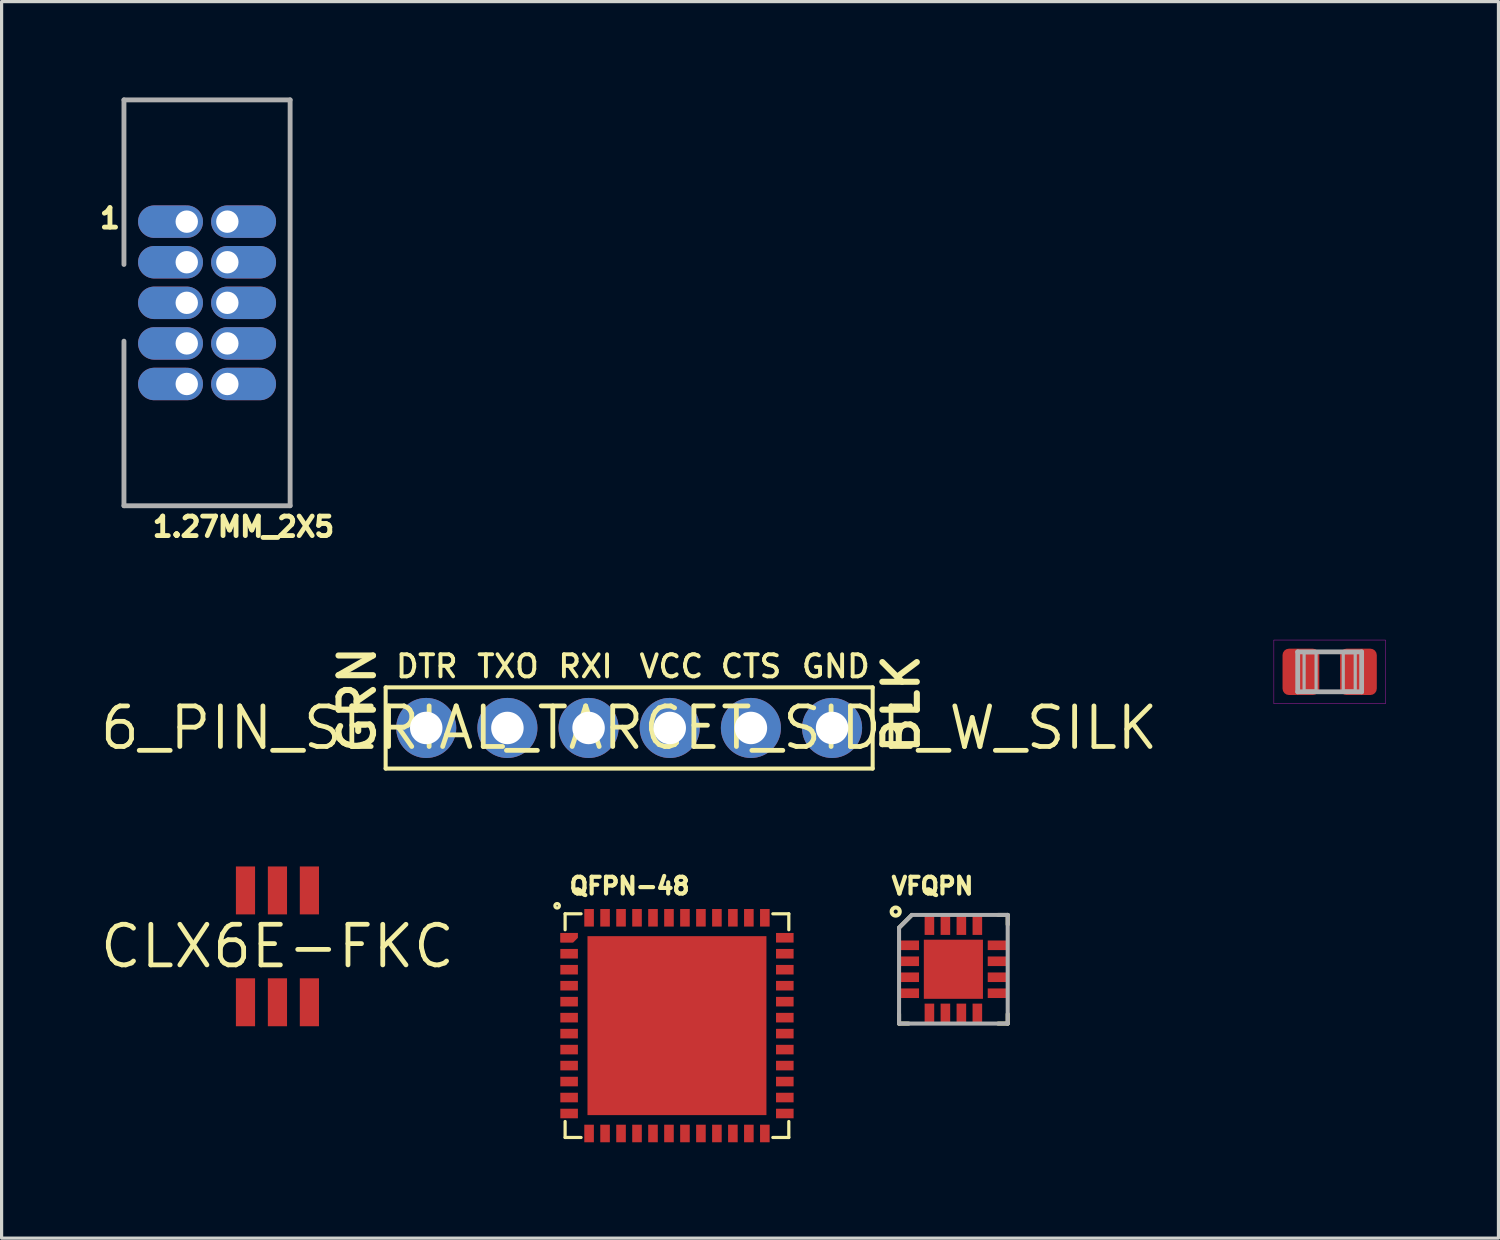
<source format=kicad_pcb>
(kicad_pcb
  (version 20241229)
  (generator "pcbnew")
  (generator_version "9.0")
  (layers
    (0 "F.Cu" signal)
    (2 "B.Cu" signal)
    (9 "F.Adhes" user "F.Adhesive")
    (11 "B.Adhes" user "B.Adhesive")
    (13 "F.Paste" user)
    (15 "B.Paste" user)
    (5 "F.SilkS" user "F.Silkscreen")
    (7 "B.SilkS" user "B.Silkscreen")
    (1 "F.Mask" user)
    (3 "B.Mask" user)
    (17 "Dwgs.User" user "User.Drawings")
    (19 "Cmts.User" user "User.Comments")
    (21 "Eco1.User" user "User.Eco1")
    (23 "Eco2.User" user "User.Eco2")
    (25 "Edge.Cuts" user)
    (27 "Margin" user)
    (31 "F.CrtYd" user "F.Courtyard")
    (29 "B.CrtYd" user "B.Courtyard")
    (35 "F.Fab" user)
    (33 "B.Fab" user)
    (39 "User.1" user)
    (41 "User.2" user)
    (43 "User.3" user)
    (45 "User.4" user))
  (footprint ".0805-B-NOSILK"
    (layer "F.Cu")
    (at 38.559 17.974)
    (property "Reference" ".0805-B-NOSILK" (at 0 0 0) (layer "F.Mask") (effects (font (size 0.34 0.34) (thickness 0.06))))
    (fp_line (start -1 -0.625) (end 1 -0.625) (stroke (width 0.15) (type solid)) (layer "F.Mask"))
    (fp_line (start -1 0.625) (end -1 -0.625) (stroke (width 0.15) (type solid)) (layer "F.Mask"))
    (fp_line (start 1 -0.625) (end 1 0.625) (stroke (width 0.15) (type solid)) (layer "F.Mask"))
    (fp_line (start 1 0.625) (end -1 0.625) (stroke (width 0.15) (type solid)) (layer "F.Mask"))
    (fp_poly (pts (xy -0.26 0.79) (xy -1.54 0.79) (xy -1.54 -0.79) (xy -0.26 -0.79)) (stroke (width 0) (type solid)) (fill yes) (layer "F.Mask"))
    (fp_poly (pts (xy 1.54 0.79) (xy 0.26 0.79) (xy 0.26 -0.79) (xy 1.54 -0.79)) (stroke (width 0) (type solid)) (fill yes) (layer "F.Mask"))
    (fp_line (start -1.745 -0.995) (end -1.745 0.995) (stroke (width 0.01) (type solid)) (layer "F.CrtYd"))
    (fp_line (start -1.745 0.995) (end 1.745 0.995) (stroke (width 0.01) (type solid)) (layer "F.CrtYd"))
    (fp_line (start 1.745 -0.995) (end -1.745 -0.995) (stroke (width 0.01) (type solid)) (layer "F.CrtYd"))
    (fp_line (start 1.745 0.995) (end 1.745 -0.995) (stroke (width 0.01) (type solid)) (layer "F.CrtYd"))
    (fp_line (start -1 -0.625) (end 1 -0.625) (stroke (width 0.15) (type solid)) (layer "F.Fab"))
    (fp_line (start -1 0.625) (end -1 -0.625) (stroke (width 0.15) (type solid)) (layer "F.Fab"))
    (fp_line (start 1 -0.625) (end 1 0.625) (stroke (width 0.15) (type solid)) (layer "F.Fab"))
    (fp_line (start 1 0.625) (end -1 0.625) (stroke (width 0.15) (type solid)) (layer "F.Fab"))
    (fp_poly (pts (xy -0.8 0.6) (xy -0.425 0.6) (xy -0.425 -0.6) (xy -0.8 -0.6)) (stroke (width 0.1) (type solid)) (fill no) (layer "F.Fab"))
    (fp_poly (pts (xy 0.425 0.6) (xy 0.8 0.6) (xy 0.8 -0.6) (xy 0.425 -0.6)) (stroke (width 0.1) (type solid)) (fill no) (layer "F.Fab"))
    (pad "1" smd roundrect (at -0.9 0) (size 1.15 1.45) (layers "F.Cu" "F.Paste") (roundrect_rratio 0.175))
    (pad "2" smd roundrect (at 0.9 0) (size 1.15 1.45) (layers "F.Cu" "F.Paste") (roundrect_rratio 0.175)))
  (footprint "6_PIN_SERIAL_TARGET_SIDE_W_SILK"
    (layer "F.Cu")
    (at 16.638 19.73)
    (property "Reference" "6_PIN_SERIAL_TARGET_SIDE_W_SILK" (at 0 0 0) (layer "F.SilkS") (effects (font (size 1.27 1.27) (thickness 0.15))))
    (fp_line (start -7.62 -1.27) (end 7.62 -1.27) (stroke (width 0.127) (type solid)) (layer "F.SilkS"))
    (fp_line (start -7.62 1.27) (end -7.62 -1.27) (stroke (width 0.127) (type solid)) (layer "F.SilkS"))
    (fp_line (start 7.62 -1.27) (end 7.62 1.27) (stroke (width 0.127) (type solid)) (layer "F.SilkS"))
    (fp_line (start 7.62 1.27) (end -7.62 1.27) (stroke (width 0.127) (type solid)) (layer "F.SilkS"))
    (fp_text user "DTR" (at -7.366 -1.524 0) (layer "F.SilkS") (effects (font (size 0.691 0.691) (thickness 0.122)) (justify left bottom)))
    (fp_text user "GND" (at 5.334 -1.524 0) (layer "F.SilkS") (effects (font (size 0.691 0.691) (thickness 0.122)) (justify left bottom)))
    (fp_text user "TXO" (at -4.826 -1.524 0) (layer "F.SilkS") (effects (font (size 0.691 0.691) (thickness 0.122)) (justify left bottom)))
    (fp_text user "BLK" (at 9.144 0.889 90) (layer "F.SilkS") (effects (font (size 1.079 1.079) (thickness 0.191)) (justify left bottom)))
    (fp_text user "CTS" (at 2.794 -1.524 0) (layer "F.SilkS") (effects (font (size 0.691 0.691) (thickness 0.122)) (justify left bottom)))
    (fp_text user "VCC" (at 0.254 -1.524 0) (layer "F.SilkS") (effects (font (size 0.691 0.691) (thickness 0.122)) (justify left bottom)))
    (fp_text user "RXI" (at -2.286 -1.524 0) (layer "F.SilkS") (effects (font (size 0.691 0.691) (thickness 0.122)) (justify left bottom)))
    (fp_text user "GRN" (at -7.874 0.889 90) (layer "F.SilkS") (effects (font (size 1.079 1.079) (thickness 0.191)) (justify left bottom)))
    (pad "P$1" thru_hole circle (at -6.35 0) (size 1.88 1.88) (drill 1.016) (layers "*.Cu" "*.Mask"))
    (pad "P$2" thru_hole circle (at -3.81 0) (size 1.88 1.88) (drill 1.016) (layers "*.Cu" "*.Mask"))
    (pad "P$3" thru_hole circle (at -1.27 0) (size 1.88 1.88) (drill 1.016) (layers "*.Cu" "*.Mask"))
    (pad "P$4" thru_hole circle (at 1.27 0) (size 1.88 1.88) (drill 1.016) (layers "*.Cu" "*.Mask"))
    (pad "P$5" thru_hole circle (at 3.81 0) (size 1.88 1.88) (drill 1.016) (layers "*.Cu" "*.Mask"))
    (pad "P$6" thru_hole circle (at 6.35 0) (size 1.88 1.88) (drill 1.016) (layers "*.Cu" "*.Mask")))
  (footprint "VFQPN"
    (layer "F.Cu")
    (at 26.784 27.281)
    (property "Reference" "VFQPN" (at -2 -2.3 0) (layer "F.SilkS") (effects (font (size 0.524 0.524) (thickness 0.131)) (justify left bottom)))
    (fp_line (start -1.7 -1.3) (end -1.3 -1.7) (stroke (width 0.127) (type solid)) (layer "F.SilkS"))
    (fp_line (start -1.7 1.7) (end -1.7 1.4) (stroke (width 0.127) (type solid)) (layer "F.SilkS"))
    (fp_line (start -1.7 1.7) (end -1.4 1.7) (stroke (width 0.127) (type solid)) (layer "F.SilkS"))
    (fp_line (start 1.4 -1.7) (end 1.7 -1.7) (stroke (width 0.127) (type solid)) (layer "F.SilkS"))
    (fp_line (start 1.7 -1.7) (end 1.7 -1.4) (stroke (width 0.127) (type solid)) (layer "F.SilkS"))
    (fp_line (start 1.7 1.7) (end 1.4 1.7) (stroke (width 0.127) (type solid)) (layer "F.SilkS"))
    (fp_line (start 1.7 1.7) (end 1.7 1.4) (stroke (width 0.127) (type solid)) (layer "F.SilkS"))
    (fp_circle (center -1.805 -1.805) (end -1.678 -1.805) (stroke (width 0.127) (type solid)) (fill no) (layer "F.SilkS"))
    (fp_poly (pts (xy -0.8 -0.2) (xy -0.2 -0.2) (xy -0.2 -0.8) (xy -0.8 -0.8)) (stroke (width 0) (type solid)) (fill yes) (layer "F.Paste"))
    (fp_poly (pts (xy -0.8 0.8) (xy -0.2 0.8) (xy -0.2 0.2) (xy -0.8 0.2)) (stroke (width 0) (type solid)) (fill yes) (layer "F.Paste"))
    (fp_poly (pts (xy 0.2 -0.2) (xy 0.8 -0.2) (xy 0.8 -0.8) (xy 0.2 -0.8)) (stroke (width 0) (type solid)) (fill yes) (layer "F.Paste"))
    (fp_poly (pts (xy 0.2 0.8) (xy 0.8 0.8) (xy 0.8 0.2) (xy 0.2 0.2)) (stroke (width 0) (type solid)) (fill yes) (layer "F.Paste"))
    (fp_line (start -1.7 -1.3) (end -1.3 -1.7) (stroke (width 0.127) (type solid)) (layer "F.Fab"))
    (fp_line (start -1.7 1.7) (end -1.7 -1.3) (stroke (width 0.127) (type solid)) (layer "F.Fab"))
    (fp_line (start -1.3 -1.7) (end 1.7 -1.7) (stroke (width 0.127) (type solid)) (layer "F.Fab"))
    (fp_line (start 1.7 -1.7) (end 1.7 1.7) (stroke (width 0.127) (type solid)) (layer "F.Fab"))
    (fp_line (start 1.7 1.7) (end -1.7 1.7) (stroke (width 0.127) (type solid)) (layer "F.Fab"))
    (pad "1" smd rect (at -1.39 -0.75 90) (size 0.3 0.63) (layers "F.Cu" "F.Mask" "F.Paste"))
    (pad "2" smd rect (at -1.39 -0.25 90) (size 0.3 0.63) (layers "F.Cu" "F.Mask" "F.Paste"))
    (pad "3" smd rect (at -1.39 0.25 90) (size 0.3 0.63) (layers "F.Cu" "F.Mask" "F.Paste"))
    (pad "4" smd rect (at -1.39 0.75 90) (size 0.3 0.63) (layers "F.Cu" "F.Mask" "F.Paste"))
    (pad "5" smd rect (at -0.75 1.39) (size 0.3 0.63) (layers "F.Cu" "F.Mask" "F.Paste"))
    (pad "6" smd rect (at -0.25 1.39) (size 0.3 0.63) (layers "F.Cu" "F.Mask" "F.Paste"))
    (pad "7" smd rect (at 0.25 1.39) (size 0.3 0.63) (layers "F.Cu" "F.Mask" "F.Paste"))
    (pad "8" smd rect (at 0.75 1.39) (size 0.3 0.63) (layers "F.Cu" "F.Mask" "F.Paste"))
    (pad "9" smd rect (at 1.39 0.75 270) (size 0.3 0.63) (layers "F.Cu" "F.Mask" "F.Paste"))
    (pad "10" smd rect (at 1.39 0.25 270) (size 0.3 0.63) (layers "F.Cu" "F.Mask" "F.Paste"))
    (pad "11" smd rect (at 1.39 -0.25 270) (size 0.3 0.63) (layers "F.Cu" "F.Mask" "F.Paste"))
    (pad "12" smd rect (at 1.39 -0.75 270) (size 0.3 0.63) (layers "F.Cu" "F.Mask" "F.Paste"))
    (pad "13" smd rect (at 0.75 -1.39 180) (size 0.3 0.63) (layers "F.Cu" "F.Mask" "F.Paste"))
    (pad "14" smd rect (at 0.25 -1.39 180) (size 0.3 0.63) (layers "F.Cu" "F.Mask" "F.Paste"))
    (pad "15" smd rect (at -0.25 -1.39 180) (size 0.3 0.63) (layers "F.Cu" "F.Mask" "F.Paste"))
    (pad "16" smd rect (at -0.75 -1.39 180) (size 0.3 0.63) (layers "F.Cu" "F.Mask" "F.Paste"))
    (pad "EPAD" smd rect (at 0 0) (size 1.85 1.85) (layers "F.Cu" "F.Mask")))
  (footprint "CLX6E-FKC"
    (layer "F.Cu")
    (at 5.632 26.564)
    (property "Reference" "CLX6E-FKC" (at 0 0 0) (layer "F.SilkS") (effects (font (size 1.27 1.27) (thickness 0.15))))
    (pad "P$1" smd rect (at -1 1.75 180) (size 0.6 1.5) (layers "F.Cu" "F.Mask" "F.Paste"))
    (pad "P$2" smd rect (at 0 1.75 180) (size 0.6 1.5) (layers "F.Cu" "F.Mask" "F.Paste"))
    (pad "P$3" smd rect (at 1 1.75 180) (size 0.6 1.5) (layers "F.Cu" "F.Mask" "F.Paste"))
    (pad "P$4" smd rect (at 1 -1.75 180) (size 0.6 1.5) (layers "F.Cu" "F.Mask" "F.Paste"))
    (pad "P$5" smd rect (at 0 -1.75 180) (size 0.6 1.5) (layers "F.Cu" "F.Mask" "F.Paste"))
    (pad "P$6" smd rect (at -1 -1.75 180) (size 0.6 1.5) (layers "F.Cu" "F.Mask" "F.Paste")))
  (footprint "QFPN-48"
    (layer "F.Cu")
    (at 18.134 29.045)
    (property "Reference" "QFPN-48" (at -3.429 -4.064 0) (layer "F.SilkS") (effects (font (size 0.524 0.524) (thickness 0.131)) (justify left bottom)))
    (fp_poly (pts (xy -3.1 -2.748) (xy -3.248 -2.6) (xy -3.65 -2.6) (xy -3.65 -2.9) (xy -3.1 -2.9)) (stroke (width 0) (type solid)) (fill yes) (layer "F.Cu"))
    (fp_poly (pts (xy -3 -2.709) (xy -3.209 -2.5) (xy -3.75 -2.5) (xy -3.75 -3) (xy -3 -3)) (stroke (width 0) (type solid)) (fill yes) (layer "F.Mask"))
    (fp_line (start -3.5 -3.5) (end -3.5 -3) (stroke (width 0.1) (type solid)) (layer "F.SilkS"))
    (fp_line (start -3.5 -3.5) (end -3 -3.5) (stroke (width 0.1) (type solid)) (layer "F.SilkS"))
    (fp_line (start -3.5 3.5) (end -3.5 3) (stroke (width 0.1) (type solid)) (layer "F.SilkS"))
    (fp_line (start -3.5 3.5) (end -3 3.5) (stroke (width 0.1) (type solid)) (layer "F.SilkS"))
    (fp_line (start 3.5 -3.5) (end 3 -3.5) (stroke (width 0.1) (type solid)) (layer "F.SilkS"))
    (fp_line (start 3.5 -3.5) (end 3.5 -3) (stroke (width 0.1) (type solid)) (layer "F.SilkS"))
    (fp_line (start 3.5 3.5) (end 3 3.5) (stroke (width 0.1) (type solid)) (layer "F.SilkS"))
    (fp_line (start 3.5 3.5) (end 3.5 3) (stroke (width 0.1) (type solid)) (layer "F.SilkS"))
    (fp_circle (center -3.75 -3.75) (end -3.679 -3.75) (stroke (width 0.1) (type solid)) (fill no) (layer "F.SilkS"))
    (fp_poly (pts (xy -2.4 -0.4) (xy -0.4 -0.4) (xy -0.4 -2.4) (xy -2.4 -2.4)) (stroke (width 0) (type solid)) (fill yes) (layer "F.Paste"))
    (fp_poly (pts (xy -2.4 2.4) (xy -0.4 2.4) (xy -0.4 0.4) (xy -2.4 0.4)) (stroke (width 0) (type solid)) (fill yes) (layer "F.Paste"))
    (fp_poly (pts (xy 0.4 -0.4) (xy 2.4 -0.4) (xy 2.4 -2.4) (xy 0.4 -2.4)) (stroke (width 0) (type solid)) (fill yes) (layer "F.Paste"))
    (fp_poly (pts (xy 0.4 2.4) (xy 2.4 2.4) (xy 2.4 0.4) (xy 0.4 0.4)) (stroke (width 0) (type solid)) (fill yes) (layer "F.Paste"))
    (fp_poly (pts (xy -3.1 -2.749) (xy -3.249 -2.6) (xy -3.65 -2.6) (xy -3.65 -2.9) (xy -3.1 -2.9)) (stroke (width 0) (type solid)) (fill yes) (layer "F.Paste"))
    (pad "1" smd rect (at -3.45 -2.75) (size 0.38 0.28) (layers "F.Cu"))
    (pad "2" smd rect (at -3.375 -2.25) (size 0.55 0.3) (layers "F.Cu" "F.Mask" "F.Paste"))
    (pad "3" smd rect (at -3.375 -1.75) (size 0.55 0.3) (layers "F.Cu" "F.Mask" "F.Paste"))
    (pad "4" smd rect (at -3.375 -1.25) (size 0.55 0.3) (layers "F.Cu" "F.Mask" "F.Paste"))
    (pad "5" smd rect (at -3.375 -0.75) (size 0.55 0.3) (layers "F.Cu" "F.Mask" "F.Paste"))
    (pad "6" smd rect (at -3.375 -0.25) (size 0.55 0.3) (layers "F.Cu" "F.Mask" "F.Paste"))
    (pad "7" smd rect (at -3.375 0.25) (size 0.55 0.3) (layers "F.Cu" "F.Mask" "F.Paste"))
    (pad "8" smd rect (at -3.375 0.75) (size 0.55 0.3) (layers "F.Cu" "F.Mask" "F.Paste"))
    (pad "9" smd rect (at -3.375 1.25) (size 0.55 0.3) (layers "F.Cu" "F.Mask" "F.Paste"))
    (pad "10" smd rect (at -3.375 1.75) (size 0.55 0.3) (layers "F.Cu" "F.Mask" "F.Paste"))
    (pad "11" smd rect (at -3.375 2.25) (size 0.55 0.3) (layers "F.Cu" "F.Mask" "F.Paste"))
    (pad "12" smd rect (at -3.375 2.75) (size 0.55 0.3) (layers "F.Cu" "F.Mask" "F.Paste"))
    (pad "13" smd rect (at -2.75 3.375 90) (size 0.55 0.3) (layers "F.Cu" "F.Mask" "F.Paste"))
    (pad "14" smd rect (at -2.25 3.375 90) (size 0.55 0.3) (layers "F.Cu" "F.Mask" "F.Paste"))
    (pad "15" smd rect (at -1.75 3.375 90) (size 0.55 0.3) (layers "F.Cu" "F.Mask" "F.Paste"))
    (pad "16" smd rect (at -1.25 3.375 90) (size 0.55 0.3) (layers "F.Cu" "F.Mask" "F.Paste"))
    (pad "17" smd rect (at -0.75 3.375 90) (size 0.55 0.3) (layers "F.Cu" "F.Mask" "F.Paste"))
    (pad "18" smd rect (at -0.25 3.375 90) (size 0.55 0.3) (layers "F.Cu" "F.Mask" "F.Paste"))
    (pad "19" smd rect (at 0.25 3.375 90) (size 0.55 0.3) (layers "F.Cu" "F.Mask" "F.Paste"))
    (pad "20" smd rect (at 0.75 3.375 90) (size 0.55 0.3) (layers "F.Cu" "F.Mask" "F.Paste"))
    (pad "21" smd rect (at 1.25 3.375 90) (size 0.55 0.3) (layers "F.Cu" "F.Mask" "F.Paste"))
    (pad "22" smd rect (at 1.75 3.375 90) (size 0.55 0.3) (layers "F.Cu" "F.Mask" "F.Paste"))
    (pad "23" smd rect (at 2.25 3.375 90) (size 0.55 0.3) (layers "F.Cu" "F.Mask" "F.Paste"))
    (pad "24" smd rect (at 2.75 3.375 90) (size 0.55 0.3) (layers "F.Cu" "F.Mask" "F.Paste"))
    (pad "25" smd rect (at 3.375 2.75 180) (size 0.55 0.3) (layers "F.Cu" "F.Mask" "F.Paste"))
    (pad "26" smd rect (at 3.375 2.25 180) (size 0.55 0.3) (layers "F.Cu" "F.Mask" "F.Paste"))
    (pad "27" smd rect (at 3.375 1.75 180) (size 0.55 0.3) (layers "F.Cu" "F.Mask" "F.Paste"))
    (pad "28" smd rect (at 3.375 1.25 180) (size 0.55 0.3) (layers "F.Cu" "F.Mask" "F.Paste"))
    (pad "29" smd rect (at 3.375 0.75 180) (size 0.55 0.3) (layers "F.Cu" "F.Mask" "F.Paste"))
    (pad "30" smd rect (at 3.375 0.25 180) (size 0.55 0.3) (layers "F.Cu" "F.Mask" "F.Paste"))
    (pad "31" smd rect (at 3.375 -0.25 180) (size 0.55 0.3) (layers "F.Cu" "F.Mask" "F.Paste"))
    (pad "32" smd rect (at 3.375 -0.75 180) (size 0.55 0.3) (layers "F.Cu" "F.Mask" "F.Paste"))
    (pad "33" smd rect (at 3.375 -1.25 180) (size 0.55 0.3) (layers "F.Cu" "F.Mask" "F.Paste"))
    (pad "34" smd rect (at 3.375 -1.75 180) (size 0.55 0.3) (layers "F.Cu" "F.Mask" "F.Paste"))
    (pad "35" smd rect (at 3.375 -2.25 180) (size 0.55 0.3) (layers "F.Cu" "F.Mask" "F.Paste"))
    (pad "36" smd rect (at 3.375 -2.75 180) (size 0.55 0.3) (layers "F.Cu" "F.Mask" "F.Paste"))
    (pad "37" smd rect (at 2.75 -3.375 270) (size 0.55 0.3) (layers "F.Cu" "F.Mask" "F.Paste"))
    (pad "38" smd rect (at 2.25 -3.375 270) (size 0.55 0.3) (layers "F.Cu" "F.Mask" "F.Paste"))
    (pad "39" smd rect (at 1.75 -3.375 270) (size 0.55 0.3) (layers "F.Cu" "F.Mask" "F.Paste"))
    (pad "40" smd rect (at 1.25 -3.375 270) (size 0.55 0.3) (layers "F.Cu" "F.Mask" "F.Paste"))
    (pad "41" smd rect (at 0.75 -3.375 270) (size 0.55 0.3) (layers "F.Cu" "F.Mask" "F.Paste"))
    (pad "42" smd rect (at 0.25 -3.375 270) (size 0.55 0.3) (layers "F.Cu" "F.Mask" "F.Paste"))
    (pad "43" smd rect (at -0.25 -3.375 270) (size 0.55 0.3) (layers "F.Cu" "F.Mask" "F.Paste"))
    (pad "44" smd rect (at -0.75 -3.375 270) (size 0.55 0.3) (layers "F.Cu" "F.Mask" "F.Paste"))
    (pad "45" smd rect (at -1.25 -3.375 270) (size 0.55 0.3) (layers "F.Cu" "F.Mask" "F.Paste"))
    (pad "46" smd rect (at -1.75 -3.375 270) (size 0.55 0.3) (layers "F.Cu" "F.Mask" "F.Paste"))
    (pad "47" smd rect (at -2.25 -3.375 270) (size 0.55 0.3) (layers "F.Cu" "F.Mask" "F.Paste"))
    (pad "48" smd rect (at -2.75 -3.375 270) (size 0.55 0.3) (layers "F.Cu" "F.Mask" "F.Paste"))
    (pad "EPAD" smd rect (at 0 0) (size 5.6 5.6) (layers "F.Cu" "F.Mask")))
  (footprint "1.27MM_2X5"
    (layer "F.Cu")
    (at 3.429 6.426)
    (property "Reference" "1.27MM_2X5" (at -1.778 7.366 0) (layer "F.SilkS") (effects (font (size 0.61 0.61) (thickness 0.152)) (justify left bottom)))
    (fp_line (start -2.6 -6.35) (end 2.6 -6.35) (stroke (width 0.152) (type solid)) (layer "F.Fab"))
    (fp_line (start -2.6 -1.2) (end -2.6 -6.35) (stroke (width 0.152) (type solid)) (layer "F.Fab"))
    (fp_line (start -2.6 6.35) (end -2.6 1.2) (stroke (width 0.152) (type solid)) (layer "F.Fab"))
    (fp_line (start 2.6 6.35) (end -2.6 6.35) (stroke (width 0.152) (type solid)) (layer "F.Fab"))
    (fp_line (start 2.6 6.35) (end 2.6 -6.35) (stroke (width 0.152) (type solid)) (layer "F.Fab"))
    (fp_text user "1" (at -3.429 -2.286 0) (layer "F.SilkS") (effects (font (size 0.61 0.61) (thickness 0.152)) (justify left bottom)))
    (pad "!RESET" thru_hole oval (at 0.635 2.54) (size 2.032 1.016) (drill 0.7 (offset 0.508 0)) (layers "*.Cu" "*.Mask"))
    (pad "GND" thru_hole oval (at -0.635 -1.27 180) (size 2.032 1.016) (drill 0.7 (offset 0.508 0)) (layers "*.Cu" "*.Mask"))
    (pad "GND@2" thru_hole oval (at -0.635 0 180) (size 2.032 1.016) (drill 0.7 (offset 0.508 0)) (layers "*.Cu" "*.Mask"))
    (pad "GNDDET" thru_hole oval (at -0.635 2.54 180) (size 2.032 1.016) (drill 0.7 (offset 0.508 0)) (layers "*.Cu" "*.Mask"))
    (pad "KEY" thru_hole oval (at -0.635 1.27 180) (size 2.032 1.016) (drill 0.7 (offset 0.508 0)) (layers "*.Cu" "*.Mask"))
    (pad "NC" thru_hole oval (at 0.635 1.27) (size 2.032 1.016) (drill 0.7 (offset 0.508 0)) (layers "*.Cu" "*.Mask"))
    (pad "SWDCLK" thru_hole oval (at 0.635 -1.27) (size 2.032 1.016) (drill 0.7 (offset 0.508 0)) (layers "*.Cu" "*.Mask"))
    (pad "SWDIO" thru_hole oval (at 0.635 -2.54) (size 2.032 1.016) (drill 0.7 (offset 0.508 0)) (layers "*.Cu" "*.Mask"))
    (pad "SWO" thru_hole oval (at 0.635 0) (size 2.032 1.016) (drill 0.7 (offset 0.508 0)) (layers "*.Cu" "*.Mask"))
    (pad "VTREF" thru_hole oval (at -0.635 -2.54 180) (size 2.032 1.016) (drill 0.7 (offset 0.508 0)) (layers "*.Cu" "*.Mask")))
  (gr_rect
    (start -3 -3)
    (end 43.841 35.695)
    (stroke (width 0.1) (type default))
    (fill no)
    (layer "Edge.Cuts")))
</source>
